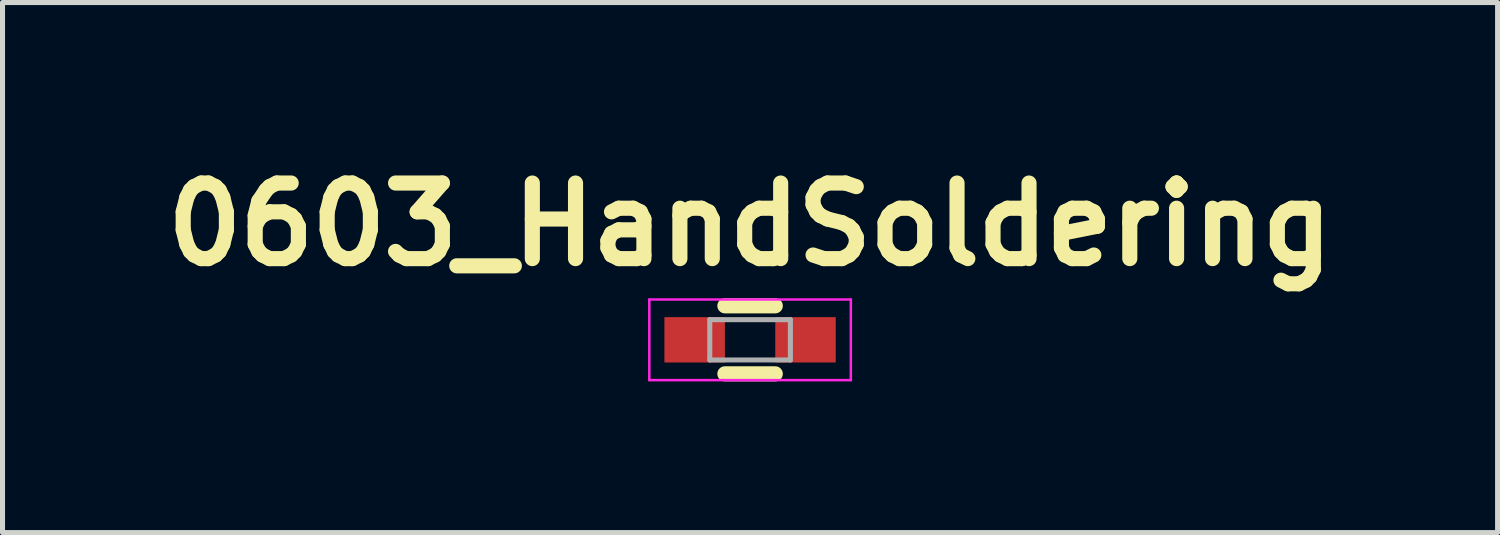
<source format=kicad_pcb>
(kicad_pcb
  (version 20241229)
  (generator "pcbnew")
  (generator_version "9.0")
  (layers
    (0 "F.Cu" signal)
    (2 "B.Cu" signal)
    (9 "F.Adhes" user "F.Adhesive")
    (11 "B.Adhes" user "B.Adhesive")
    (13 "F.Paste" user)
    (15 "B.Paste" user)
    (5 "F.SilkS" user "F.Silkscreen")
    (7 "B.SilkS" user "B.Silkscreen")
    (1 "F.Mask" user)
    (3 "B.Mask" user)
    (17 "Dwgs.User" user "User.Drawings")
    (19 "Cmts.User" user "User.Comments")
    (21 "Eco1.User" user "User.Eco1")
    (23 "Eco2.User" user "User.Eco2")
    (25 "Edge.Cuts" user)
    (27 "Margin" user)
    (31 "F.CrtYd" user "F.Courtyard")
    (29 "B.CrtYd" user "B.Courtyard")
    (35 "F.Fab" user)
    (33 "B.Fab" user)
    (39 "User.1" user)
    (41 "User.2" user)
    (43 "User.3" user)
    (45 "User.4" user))
  (footprint "0603_HandSoldering"
    (layer "F.Cu")
    (at 11.836 3.694)
    (property "Reference" "0603_HandSoldering" (at 0 -2.29 0) (layer "F.SilkS") (effects (font (size 1.5 1.5) (thickness 0.3))))
    (attr smd)
    (fp_line (start -0.5 -0.675) (end 0.5 -0.675) (stroke (width 0.3) (type solid)) (layer "F.SilkS"))
    (fp_line (start 0.5 0.675) (end -0.5 0.675) (stroke (width 0.3) (type solid)) (layer "F.SilkS"))
    (fp_line (start -2 -0.8) (end -2 0.8) (stroke (width 0.05) (type solid)) (layer "F.CrtYd"))
    (fp_line (start -2 -0.8) (end 2 -0.8) (stroke (width 0.05) (type solid)) (layer "F.CrtYd"))
    (fp_line (start -2 0.8) (end 2 0.8) (stroke (width 0.05) (type solid)) (layer "F.CrtYd"))
    (fp_line (start 2 -0.8) (end 2 0.8) (stroke (width 0.05) (type solid)) (layer "F.CrtYd"))
    (fp_line (start -0.8 -0.4) (end 0.8 -0.4) (stroke (width 0.1) (type solid)) (layer "F.Fab"))
    (fp_line (start -0.8 0.4) (end -0.8 -0.4) (stroke (width 0.1) (type solid)) (layer "F.Fab"))
    (fp_line (start 0.8 -0.4) (end 0.8 0.4) (stroke (width 0.1) (type solid)) (layer "F.Fab"))
    (fp_line (start 0.8 0.4) (end -0.8 0.4) (stroke (width 0.1) (type solid)) (layer "F.Fab"))
    (pad "1" smd rect (at -1.1 0) (size 1.2 0.9) (layers "F.Cu" "F.Mask" "F.Paste"))
    (pad "2" smd rect (at 1.1 0) (size 1.2 0.9) (layers "F.Cu" "F.Mask" "F.Paste")))
  (gr_rect
    (start -3 -3)
    (end 26.671 7.519)
    (stroke (width 0.1) (type default))
    (fill no)
    (layer "Edge.Cuts")))
</source>
